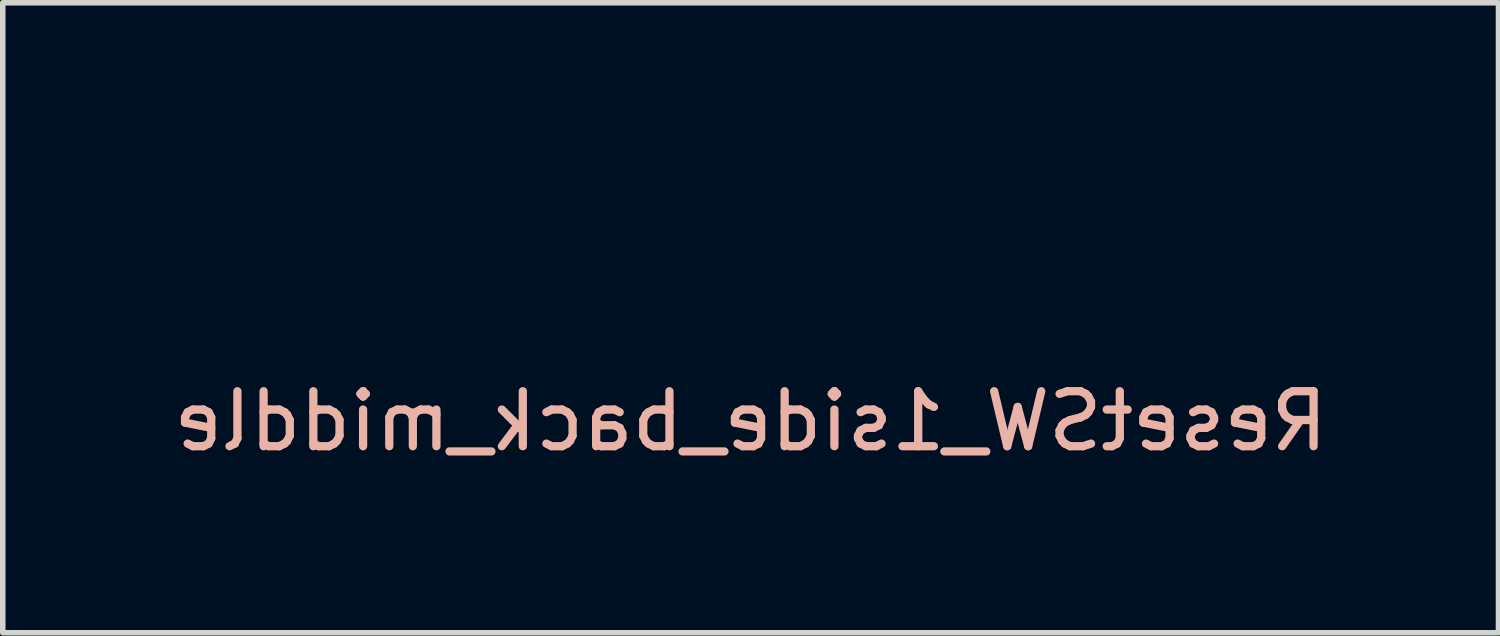
<source format=kicad_pcb>
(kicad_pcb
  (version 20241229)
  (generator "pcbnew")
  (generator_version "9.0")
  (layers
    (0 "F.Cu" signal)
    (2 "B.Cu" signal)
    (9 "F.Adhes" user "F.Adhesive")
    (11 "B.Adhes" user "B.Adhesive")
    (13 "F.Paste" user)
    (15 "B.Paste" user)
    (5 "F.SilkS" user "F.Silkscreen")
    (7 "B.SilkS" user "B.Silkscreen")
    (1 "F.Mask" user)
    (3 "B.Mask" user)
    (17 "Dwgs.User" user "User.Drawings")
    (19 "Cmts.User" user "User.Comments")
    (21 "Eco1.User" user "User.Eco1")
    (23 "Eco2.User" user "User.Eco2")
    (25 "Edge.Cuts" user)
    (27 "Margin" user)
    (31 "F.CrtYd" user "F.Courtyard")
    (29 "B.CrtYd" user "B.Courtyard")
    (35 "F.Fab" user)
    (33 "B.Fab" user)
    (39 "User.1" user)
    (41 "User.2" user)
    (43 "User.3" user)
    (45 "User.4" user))
  (footprint "ResetSW_1side_back_middle"
    (layer "F.Cu")
    (at 10.601 2.06)
    (property "Reference" "ResetSW_1side_back_middle" (at 0 2.55 0) (layer "B.SilkS") (effects (font (size 1 1) (thickness 0.15)) (justify mirror)))
    (attr through_hole)
    (fp_line (start -5.5 -2) (end -5.5 2) (stroke (width 0.12) (type solid)) (layer "User.3"))
    (fp_line (start -5.5 2) (end 5.5 2) (stroke (width 0.12) (type solid)) (layer "User.3"))
    (fp_line (start 5.5 -2) (end -5.5 -2) (stroke (width 0.12) (type solid)) (layer "User.3"))
    (fp_line (start 5.5 -2) (end 5.5 2) (stroke (width 0.12) (type solid)) (layer "User.3")))
  (gr_rect
    (start -3 -3)
    (end 24.202 8.458)
    (stroke (width 0.1) (type default))
    (fill no)
    (layer "Edge.Cuts")))
</source>
